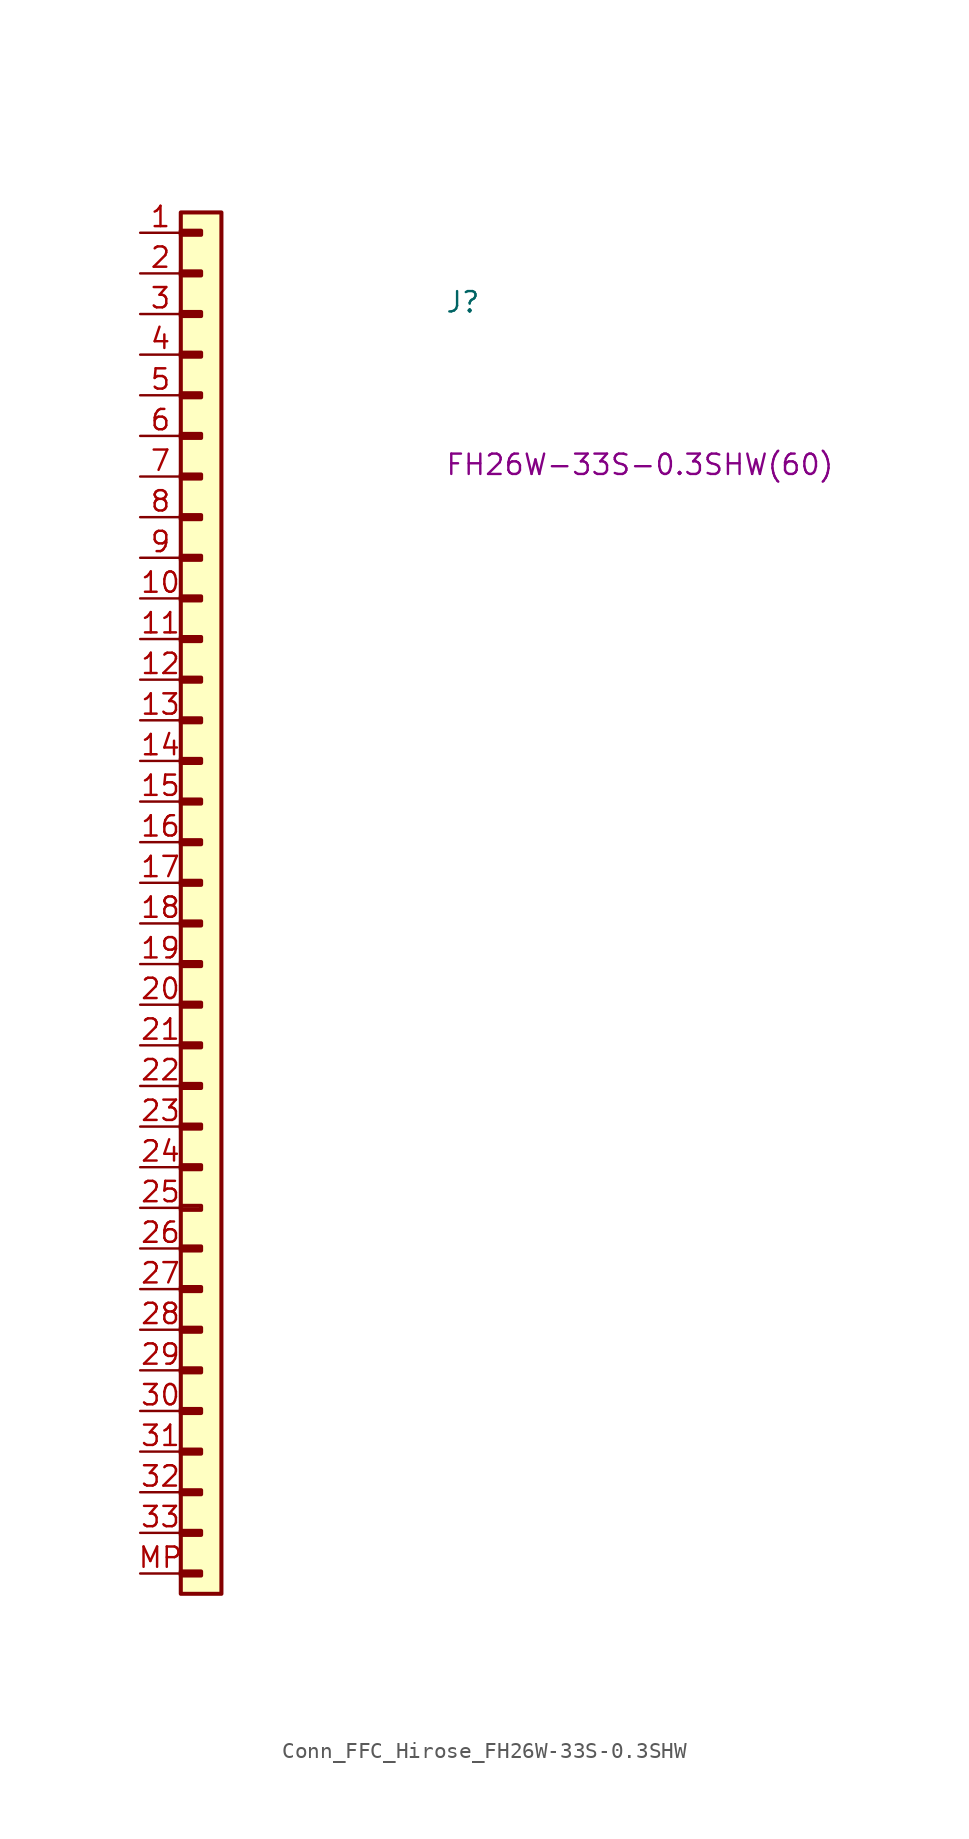
<source format=kicad_sym>
(kicad_symbol_lib
  (version 20220914)
  (generator kicad_symbol_editor)
  (symbol "Conn_FFC_Hirose_FH26W-33S-0.3SHW"
    (property "Reference" "J"
      (at 19.05 -5.08 0)
      (effects (font (size 1.27 1.27) (thickness 0.15)) (justify left bottom)))
    (property "MPN" "FH26W-33S-0.3SHW(60)"
      (at 19.05 -15.24 0)
      (effects (font (size 1.27 1.27) (thickness 0.15)) (justify left bottom)))
    (symbol "Conn_FFC_Hirose_FH26W-33S-0.3SHW_1_1"
      (rectangle (start 2.54 -83.693) (end 3.81 -83.947) (stroke (width 0.254) (type default)) (fill (type background)))
      (rectangle (start 2.54 -81.153) (end 3.81 -81.407) (stroke (width 0.254) (type default)) (fill (type background)))
      (rectangle (start 2.54 -78.613) (end 3.81 -78.867) (stroke (width 0.254) (type default)) (fill (type background)))
      (rectangle (start 2.54 -76.073) (end 3.81 -76.327) (stroke (width 0.254) (type default)) (fill (type background)))
      (rectangle (start 2.54 -73.533) (end 3.81 -73.787) (stroke (width 0.254) (type default)) (fill (type background)))
      (rectangle (start 2.54 -70.993) (end 3.81 -71.247) (stroke (width 0.254) (type default)) (fill (type background)))
      (rectangle (start 2.54 -68.453) (end 3.81 -68.707) (stroke (width 0.254) (type default)) (fill (type background)))
      (rectangle (start 2.54 -65.913) (end 3.81 -66.167) (stroke (width 0.254) (type default)) (fill (type background)))
      (rectangle (start 2.54 -63.373) (end 3.81 -63.627) (stroke (width 0.254) (type default)) (fill (type background)))
      (rectangle (start 2.54 -60.833) (end 3.81 -61.087) (stroke (width 0.254) (type default)) (fill (type background)))
      (rectangle (start 2.54 -58.293) (end 3.81 -58.547) (stroke (width 0.254) (type default)) (fill (type background)))
      (rectangle (start 2.54 -55.753) (end 3.81 -56.007) (stroke (width 0.254) (type default)) (fill (type background)))
      (rectangle (start 2.54 -53.213) (end 3.81 -53.467) (stroke (width 0.254) (type default)) (fill (type background)))
      (rectangle (start 2.54 -50.673) (end 3.81 -50.927) (stroke (width 0.254) (type default)) (fill (type background)))
      (rectangle (start 2.54 -48.133) (end 3.81 -48.387) (stroke (width 0.254) (type default)) (fill (type background)))
      (rectangle (start 2.54 -45.593) (end 3.81 -45.847) (stroke (width 0.254) (type default)) (fill (type background)))
      (rectangle (start 2.54 -43.053) (end 3.81 -43.307) (stroke (width 0.254) (type default)) (fill (type background)))
      (rectangle (start 2.54 -40.513) (end 3.81 -40.767) (stroke (width 0.254) (type default)) (fill (type background)))
      (rectangle (start 2.54 -37.973) (end 3.81 -38.227) (stroke (width 0.254) (type default)) (fill (type background)))
      (rectangle (start 2.54 -35.433) (end 3.81 -35.687) (stroke (width 0.254) (type default)) (fill (type background)))
      (rectangle (start 2.54 -32.893) (end 3.81 -33.147) (stroke (width 0.254) (type default)) (fill (type background)))
      (rectangle (start 2.54 -30.353) (end 3.81 -30.607) (stroke (width 0.254) (type default)) (fill (type background)))
      (rectangle (start 2.54 -27.813) (end 3.81 -28.067) (stroke (width 0.254) (type default)) (fill (type background)))
      (rectangle (start 2.54 -25.273) (end 3.81 -25.527) (stroke (width 0.254) (type default)) (fill (type background)))
      (rectangle (start 2.54 -22.733) (end 3.81 -22.987) (stroke (width 0.254) (type default)) (fill (type background)))
      (rectangle (start 2.54 -20.193) (end 3.81 -20.447) (stroke (width 0.254) (type default)) (fill (type background)))
      (rectangle (start 2.54 -17.653) (end 3.81 -17.907) (stroke (width 0.254) (type default)) (fill (type background)))
      (rectangle (start 2.54 -15.113) (end 3.81 -15.367) (stroke (width 0.254) (type default)) (fill (type background)))
      (rectangle (start 2.54 -12.573) (end 3.81 -12.827) (stroke (width 0.254) (type default)) (fill (type background)))
      (rectangle (start 2.54 -10.033) (end 3.81 -10.287) (stroke (width 0.254) (type default)) (fill (type background)))
      (rectangle (start 2.54 -7.493) (end 3.81 -7.747) (stroke (width 0.254) (type default)) (fill (type background)))
      (rectangle (start 2.54 -4.953) (end 3.81 -5.207) (stroke (width 0.254) (type default)) (fill (type background)))
      (rectangle (start 2.54 -2.413) (end 3.81 -2.667) (stroke (width 0.254) (type default)) (fill (type background)))
      (rectangle (start 2.54 0.127) (end 3.81 -0.127) (stroke (width 0.254) (type default)) (fill (type background)))
      (rectangle (start 2.54 1.27) (end 5.08 -85.09) (stroke (width 0.254) (type default)) (fill (type background)))
      (pin passive line (at 0 0 0) (length 2.54) (name "~" (effects (font (size 1.27 1.27)))) (number "1" (effects (font (size 1.27 1.27)))))
      (pin passive line (at 0 -22.86 0) (length 2.54) (name "~" (effects (font (size 1.27 1.27)))) (number "10" (effects (font (size 1.27 1.27)))))
      (pin passive line (at 0 -25.4 0) (length 2.54) (name "~" (effects (font (size 1.27 1.27)))) (number "11" (effects (font (size 1.27 1.27)))))
      (pin passive line (at 0 -27.94 0) (length 2.54) (name "~" (effects (font (size 1.27 1.27)))) (number "12" (effects (font (size 1.27 1.27)))))
      (pin passive line (at 0 -30.48 0) (length 2.54) (name "~" (effects (font (size 1.27 1.27)))) (number "13" (effects (font (size 1.27 1.27)))))
      (pin passive line (at 0 -33.02 0) (length 2.54) (name "~" (effects (font (size 1.27 1.27)))) (number "14" (effects (font (size 1.27 1.27)))))
      (pin passive line (at 0 -35.56 0) (length 2.54) (name "~" (effects (font (size 1.27 1.27)))) (number "15" (effects (font (size 1.27 1.27)))))
      (pin passive line (at 0 -38.1 0) (length 2.54) (name "~" (effects (font (size 1.27 1.27)))) (number "16" (effects (font (size 1.27 1.27)))))
      (pin passive line (at 0 -40.64 0) (length 2.54) (name "~" (effects (font (size 1.27 1.27)))) (number "17" (effects (font (size 1.27 1.27)))))
      (pin passive line (at 0 -43.18 0) (length 2.54) (name "~" (effects (font (size 1.27 1.27)))) (number "18" (effects (font (size 1.27 1.27)))))
      (pin passive line (at 0 -45.72 0) (length 2.54) (name "~" (effects (font (size 1.27 1.27)))) (number "19" (effects (font (size 1.27 1.27)))))
      (pin passive line (at 0 -2.54 0) (length 2.54) (name "~" (effects (font (size 1.27 1.27)))) (number "2" (effects (font (size 1.27 1.27)))))
      (pin passive line (at 0 -48.26 0) (length 2.54) (name "~" (effects (font (size 1.27 1.27)))) (number "20" (effects (font (size 1.27 1.27)))))
      (pin passive line (at 0 -50.8 0) (length 2.54) (name "~" (effects (font (size 1.27 1.27)))) (number "21" (effects (font (size 1.27 1.27)))))
      (pin passive line (at 0 -53.34 0) (length 2.54) (name "~" (effects (font (size 1.27 1.27)))) (number "22" (effects (font (size 1.27 1.27)))))
      (pin passive line (at 0 -55.88 0) (length 2.54) (name "~" (effects (font (size 1.27 1.27)))) (number "23" (effects (font (size 1.27 1.27)))))
      (pin passive line (at 0 -58.42 0) (length 2.54) (name "~" (effects (font (size 1.27 1.27)))) (number "24" (effects (font (size 1.27 1.27)))))
      (pin passive line (at 0 -60.96 0) (length 2.54) (name "~" (effects (font (size 1.27 1.27)))) (number "25" (effects (font (size 1.27 1.27)))))
      (pin passive line (at 0 -63.5 0) (length 2.54) (name "~" (effects (font (size 1.27 1.27)))) (number "26" (effects (font (size 1.27 1.27)))))
      (pin passive line (at 0 -66.04 0) (length 2.54) (name "~" (effects (font (size 1.27 1.27)))) (number "27" (effects (font (size 1.27 1.27)))))
      (pin passive line (at 0 -68.58 0) (length 2.54) (name "~" (effects (font (size 1.27 1.27)))) (number "28" (effects (font (size 1.27 1.27)))))
      (pin passive line (at 0 -71.12 0) (length 2.54) (name "~" (effects (font (size 1.27 1.27)))) (number "29" (effects (font (size 1.27 1.27)))))
      (pin passive line (at 0 -5.08 0) (length 2.54) (name "~" (effects (font (size 1.27 1.27)))) (number "3" (effects (font (size 1.27 1.27)))))
      (pin passive line (at 0 -73.66 0) (length 2.54) (name "~" (effects (font (size 1.27 1.27)))) (number "30" (effects (font (size 1.27 1.27)))))
      (pin passive line (at 0 -76.2 0) (length 2.54) (name "~" (effects (font (size 1.27 1.27)))) (number "31" (effects (font (size 1.27 1.27)))))
      (pin passive line (at 0 -78.74 0) (length 2.54) (name "~" (effects (font (size 1.27 1.27)))) (number "32" (effects (font (size 1.27 1.27)))))
      (pin passive line (at 0 -81.28 0) (length 2.54) (name "~" (effects (font (size 1.27 1.27)))) (number "33" (effects (font (size 1.27 1.27)))))
      (pin passive line (at 0 -7.62 0) (length 2.54) (name "~" (effects (font (size 1.27 1.27)))) (number "4" (effects (font (size 1.27 1.27)))))
      (pin passive line (at 0 -10.16 0) (length 2.54) (name "~" (effects (font (size 1.27 1.27)))) (number "5" (effects (font (size 1.27 1.27)))))
      (pin passive line (at 0 -12.7 0) (length 2.54) (name "~" (effects (font (size 1.27 1.27)))) (number "6" (effects (font (size 1.27 1.27)))))
      (pin passive line (at 0 -15.24 0) (length 2.54) (name "~" (effects (font (size 1.27 1.27)))) (number "7" (effects (font (size 1.27 1.27)))))
      (pin passive line (at 0 -17.78 0) (length 2.54) (name "~" (effects (font (size 1.27 1.27)))) (number "8" (effects (font (size 1.27 1.27)))))
      (pin passive line (at 0 -20.32 0) (length 2.54) (name "~" (effects (font (size 1.27 1.27)))) (number "9" (effects (font (size 1.27 1.27)))))
      (pin passive line (at 0 -83.82 0) (length 2.54) (name "~" (effects (font (size 1.27 1.27)))) (number "MP" (effects (font (size 1.27 1.27))))))))
</source>
